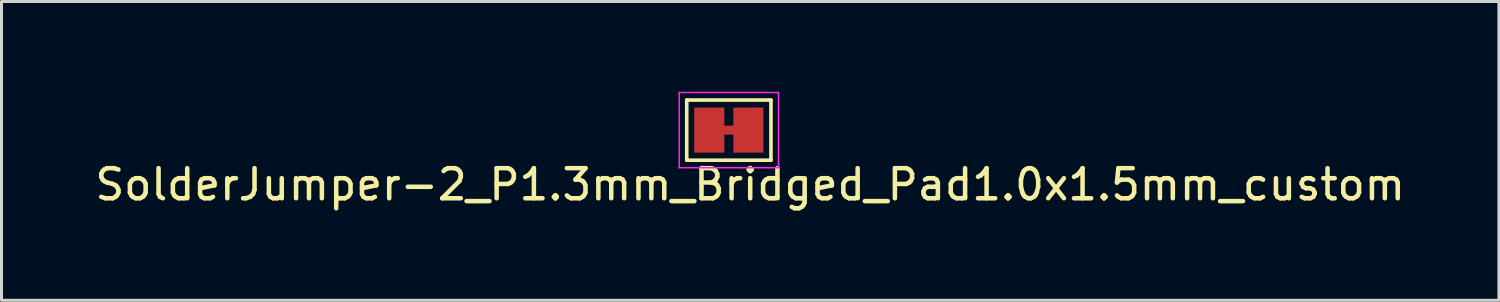
<source format=kicad_pcb>
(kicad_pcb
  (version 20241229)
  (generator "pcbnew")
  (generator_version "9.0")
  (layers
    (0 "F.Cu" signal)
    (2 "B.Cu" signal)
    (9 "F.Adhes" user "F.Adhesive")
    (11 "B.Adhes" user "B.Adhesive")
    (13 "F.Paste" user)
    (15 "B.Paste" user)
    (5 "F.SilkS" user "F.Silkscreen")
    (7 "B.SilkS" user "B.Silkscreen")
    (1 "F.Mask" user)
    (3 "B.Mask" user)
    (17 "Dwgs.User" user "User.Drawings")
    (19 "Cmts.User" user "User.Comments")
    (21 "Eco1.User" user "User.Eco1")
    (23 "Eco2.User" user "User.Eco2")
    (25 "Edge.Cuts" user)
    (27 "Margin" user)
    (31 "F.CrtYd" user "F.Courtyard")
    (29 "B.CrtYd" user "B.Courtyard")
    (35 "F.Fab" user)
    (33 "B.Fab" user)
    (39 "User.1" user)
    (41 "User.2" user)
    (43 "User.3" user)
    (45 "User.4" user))
  (footprint "SolderJumper-2_P1.3mm_Bridged_Pad1.0x1.5mm_custom"
    (layer "F.Cu")
    (at 21.177 1.275)
    (property "Reference" "SolderJumper-2_P1.3mm_Bridged_Pad1.0x1.5mm_custom" (at 0.71 1.81 0) (layer "F.SilkS") (effects (font (size 1 1) (thickness 0.15))))
    (attr exclude_from_pos_files exclude_from_bom)
    (fp_poly (pts (xy -0.25 -0.15) (xy 0.25 -0.15) (xy 0.25 0.15) (xy -0.25 0.15)) (stroke (width 0) (type solid)) (fill yes) (layer "F.Cu"))
    (fp_poly (pts (xy 0.24 0.68) (xy -0.22 0.68) (xy -0.22 -0.68) (xy 0.24 -0.68)) (stroke (width 0.1) (type solid)) (fill yes) (layer "F.Mask"))
    (fp_line (start -1.4 -1) (end 1.4 -1) (stroke (width 0.12) (type solid)) (layer "F.SilkS"))
    (fp_line (start -1.4 1) (end -1.4 -1) (stroke (width 0.12) (type solid)) (layer "F.SilkS"))
    (fp_line (start 1.4 -1) (end 1.4 1) (stroke (width 0.12) (type solid)) (layer "F.SilkS"))
    (fp_line (start 1.4 1) (end -1.4 1) (stroke (width 0.12) (type solid)) (layer "F.SilkS"))
    (fp_line (start -1.65 -1.25) (end -1.65 1.25) (stroke (width 0.05) (type solid)) (layer "F.CrtYd"))
    (fp_line (start -1.65 -1.25) (end 1.65 -1.25) (stroke (width 0.05) (type solid)) (layer "F.CrtYd"))
    (fp_line (start 1.65 1.25) (end -1.65 1.25) (stroke (width 0.05) (type solid)) (layer "F.CrtYd"))
    (fp_line (start 1.65 1.25) (end 1.65 -1.25) (stroke (width 0.05) (type solid)) (layer "F.CrtYd"))
    (pad "1" smd rect (at -0.65 0) (size 1 1.5) (layers "F.Cu" "F.Mask"))
    (pad "2" smd rect (at 0.65 0) (size 1 1.5) (layers "F.Cu" "F.Mask")))
  (gr_rect
    (start -3 -3)
    (end 46.774 6.933)
    (stroke (width 0.1) (type default))
    (fill no)
    (layer "Edge.Cuts")))
</source>
